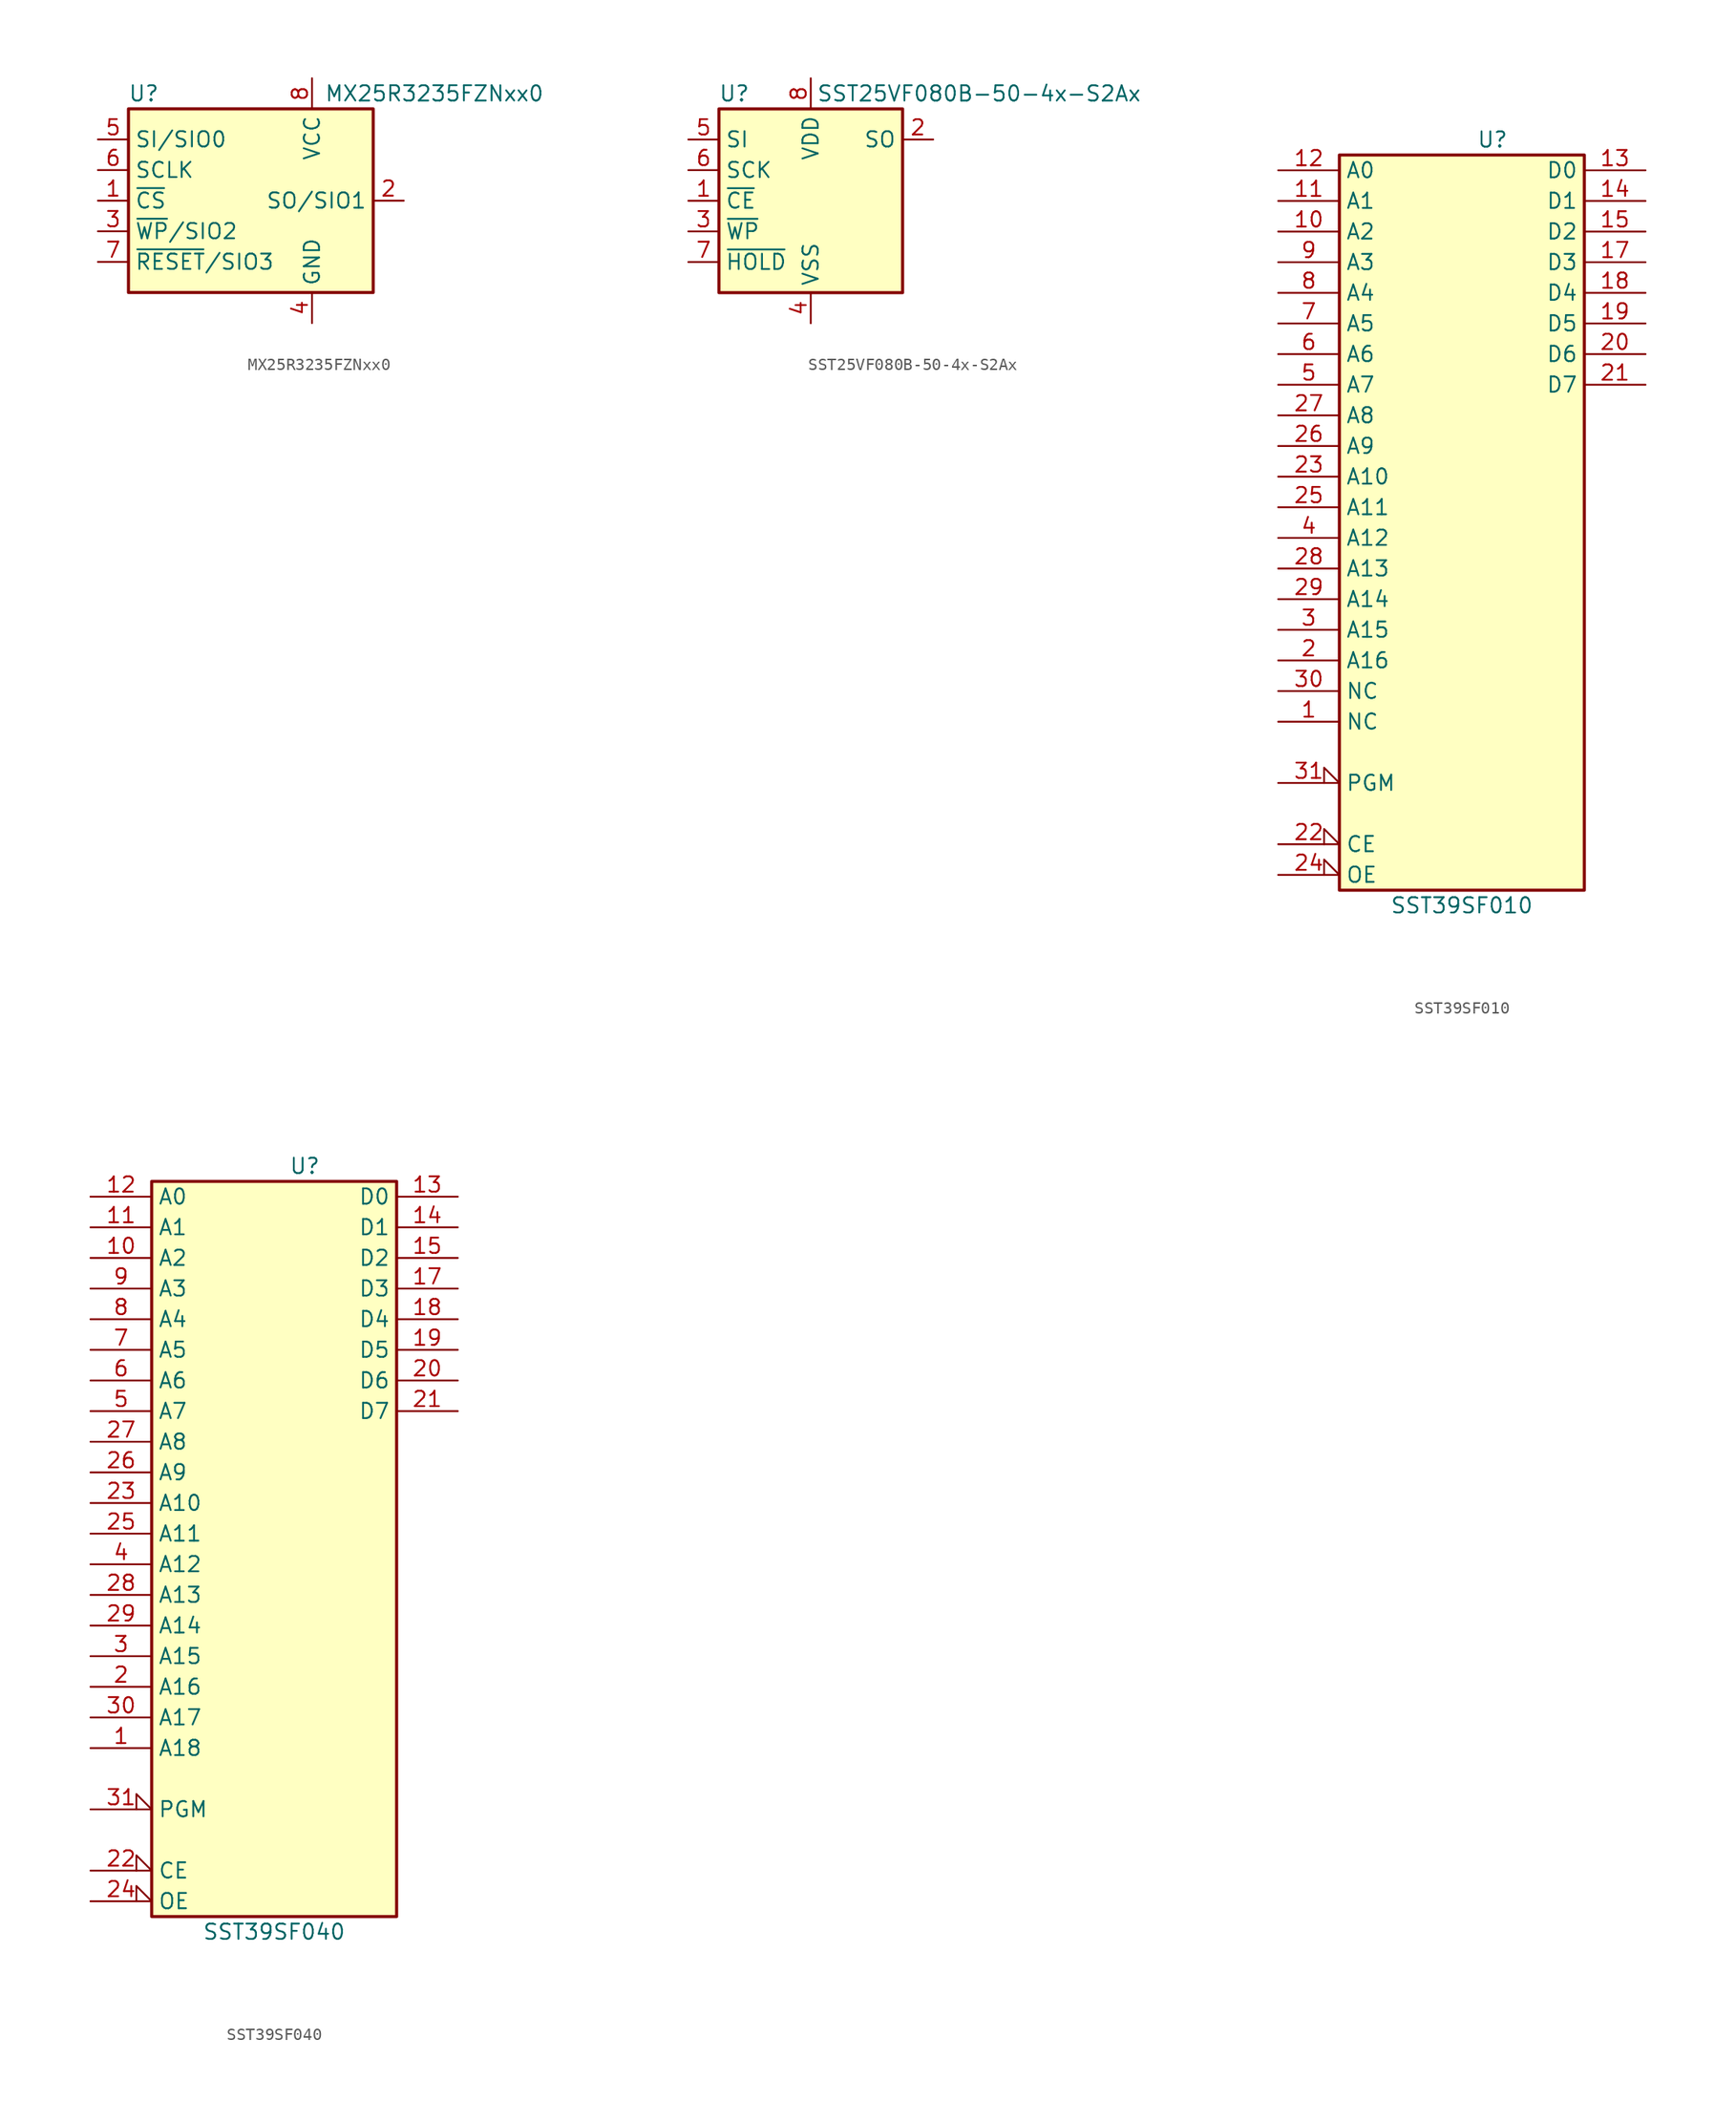
<source format=kicad_sym>
(kicad_symbol_lib
  (version 20220914)
  (generator kicad_symbol_editor)
  (symbol "MX25R3235FZNxx0"
    (property "Reference" "U"
      (at -8.89 8.89 0)
      (effects (font (size 1.27 1.27))))
    (property "Value" "MX25R3235FZNxx0"
      (at 15.24 8.89 0)
      (effects (font (size 1.27 1.27))))
    (symbol "MX25R3235FZNxx0_1_1"
      (rectangle (start -10.16 7.62) (end 10.16 -7.62) (stroke (width 0.254) (type default)) (fill (type background)))
      (pin input line (at -12.7 0 0) (length 2.54) (name "~{CS}" (effects (font (size 1.27 1.27)))) (number "1" (effects (font (size 1.27 1.27)))))
      (pin bidirectional line (at 12.7 0 180) (length 2.54) (name "SO/SIO1" (effects (font (size 1.27 1.27)))) (number "2" (effects (font (size 1.27 1.27)))))
      (pin bidirectional line (at -12.7 -2.54 0) (length 2.54) (name "~{WP}/SIO2" (effects (font (size 1.27 1.27)))) (number "3" (effects (font (size 1.27 1.27)))))
      (pin power_in line (at 5.08 -10.16 90) (length 2.54) (name "GND" (effects (font (size 1.27 1.27)))) (number "4" (effects (font (size 1.27 1.27)))))
      (pin bidirectional line (at -12.7 5.08 0) (length 2.54) (name "SI/SIO0" (effects (font (size 1.27 1.27)))) (number "5" (effects (font (size 1.27 1.27)))))
      (pin input line (at -12.7 2.54 0) (length 2.54) (name "SCLK" (effects (font (size 1.27 1.27)))) (number "6" (effects (font (size 1.27 1.27)))))
      (pin bidirectional line (at -12.7 -5.08 0) (length 2.54) (name "~{RESET}/SIO3" (effects (font (size 1.27 1.27)))) (number "7" (effects (font (size 1.27 1.27)))))
      (pin power_in line (at 5.08 10.16 270) (length 2.54) (name "VCC" (effects (font (size 1.27 1.27)))) (number "8" (effects (font (size 1.27 1.27)))))
      (pin passive line (at 5.08 -10.16 90) (length 2.54) hide (name "GND" (effects (font (size 1.27 1.27)))) (number "9" (effects (font (size 1.27 1.27)))))))
  (symbol "SST25VF080B-50-4x-S2Ax"
    (property "Reference" "U"
      (at -6.35 8.89 0)
      (effects (font (size 1.27 1.27))))
    (property "Value" "SST25VF080B-50-4x-S2Ax"
      (at 13.97 8.89 0)
      (effects (font (size 1.27 1.27))))
    (symbol "SST25VF080B-50-4x-S2Ax_1_1"
      (rectangle (start -7.62 7.62) (end 7.62 -7.62) (stroke (width 0.254) (type default)) (fill (type background)))
      (pin input line (at -10.16 0 0) (length 2.54) (name "~{CE}" (effects (font (size 1.27 1.27)))) (number "1" (effects (font (size 1.27 1.27)))))
      (pin output line (at 10.16 5.08 180) (length 2.54) (name "SO" (effects (font (size 1.27 1.27)))) (number "2" (effects (font (size 1.27 1.27)))))
      (pin input line (at -10.16 -2.54 0) (length 2.54) (name "~{WP}" (effects (font (size 1.27 1.27)))) (number "3" (effects (font (size 1.27 1.27)))))
      (pin power_in line (at 0 -10.16 90) (length 2.54) (name "VSS" (effects (font (size 1.27 1.27)))) (number "4" (effects (font (size 1.27 1.27)))))
      (pin input line (at -10.16 5.08 0) (length 2.54) (name "SI" (effects (font (size 1.27 1.27)))) (number "5" (effects (font (size 1.27 1.27)))))
      (pin input line (at -10.16 2.54 0) (length 2.54) (name "SCK" (effects (font (size 1.27 1.27)))) (number "6" (effects (font (size 1.27 1.27)))))
      (pin input line (at -10.16 -5.08 0) (length 2.54) (name "~{HOLD}" (effects (font (size 1.27 1.27)))) (number "7" (effects (font (size 1.27 1.27)))))
      (pin power_in line (at 0 10.16 270) (length 2.54) (name "VDD" (effects (font (size 1.27 1.27)))) (number "8" (effects (font (size 1.27 1.27)))))))
  (symbol "SST39SF010"
    (property "Reference" "U"
      (at 2.54 33.02 0)
      (effects (font (size 1.27 1.27))))
    (property "Value" "SST39SF010"
      (at 0 -30.48 0)
      (effects (font (size 1.27 1.27))))
    (symbol "SST39SF010_0_0"
      (pin power_in line (at 0 -30.48 90) (length 1.27) hide (name "GND" (effects (font (size 1.27 1.27)))) (number "16" (effects (font (size 1.27 1.27)))))
      (pin power_in line (at 0 33.02 270) (length 1.27) hide (name "VCC" (effects (font (size 1.27 1.27)))) (number "32" (effects (font (size 1.27 1.27))))))
    (symbol "SST39SF010_0_1"
      (rectangle (start -10.16 31.75) (end 10.16 -29.21) (stroke (width 0.254) (type default)) (fill (type background))))
    (symbol "SST39SF010_1_1"
      (pin input line (at -15.24 -15.24 0) (length 5.08) (name "NC" (effects (font (size 1.27 1.27)))) (number "1" (effects (font (size 1.27 1.27)))))
      (pin input line (at -15.24 25.4 0) (length 5.08) (name "A2" (effects (font (size 1.27 1.27)))) (number "10" (effects (font (size 1.27 1.27)))))
      (pin input line (at -15.24 27.94 0) (length 5.08) (name "A1" (effects (font (size 1.27 1.27)))) (number "11" (effects (font (size 1.27 1.27)))))
      (pin input line (at -15.24 30.48 0) (length 5.08) (name "A0" (effects (font (size 1.27 1.27)))) (number "12" (effects (font (size 1.27 1.27)))))
      (pin tri_state line (at 15.24 30.48 180) (length 5.08) (name "D0" (effects (font (size 1.27 1.27)))) (number "13" (effects (font (size 1.27 1.27)))))
      (pin tri_state line (at 15.24 27.94 180) (length 5.08) (name "D1" (effects (font (size 1.27 1.27)))) (number "14" (effects (font (size 1.27 1.27)))))
      (pin tri_state line (at 15.24 25.4 180) (length 5.08) (name "D2" (effects (font (size 1.27 1.27)))) (number "15" (effects (font (size 1.27 1.27)))))
      (pin tri_state line (at 15.24 22.86 180) (length 5.08) (name "D3" (effects (font (size 1.27 1.27)))) (number "17" (effects (font (size 1.27 1.27)))))
      (pin tri_state line (at 15.24 20.32 180) (length 5.08) (name "D4" (effects (font (size 1.27 1.27)))) (number "18" (effects (font (size 1.27 1.27)))))
      (pin tri_state line (at 15.24 17.78 180) (length 5.08) (name "D5" (effects (font (size 1.27 1.27)))) (number "19" (effects (font (size 1.27 1.27)))))
      (pin input line (at -15.24 -10.16 0) (length 5.08) (name "A16" (effects (font (size 1.27 1.27)))) (number "2" (effects (font (size 1.27 1.27)))))
      (pin tri_state line (at 15.24 15.24 180) (length 5.08) (name "D6" (effects (font (size 1.27 1.27)))) (number "20" (effects (font (size 1.27 1.27)))))
      (pin tri_state line (at 15.24 12.7 180) (length 5.08) (name "D7" (effects (font (size 1.27 1.27)))) (number "21" (effects (font (size 1.27 1.27)))))
      (pin input input_low (at -15.24 -25.4 0) (length 5.08) (name "CE" (effects (font (size 1.27 1.27)))) (number "22" (effects (font (size 1.27 1.27)))))
      (pin input line (at -15.24 5.08 0) (length 5.08) (name "A10" (effects (font (size 1.27 1.27)))) (number "23" (effects (font (size 1.27 1.27)))))
      (pin input input_low (at -15.24 -27.94 0) (length 5.08) (name "OE" (effects (font (size 1.27 1.27)))) (number "24" (effects (font (size 1.27 1.27)))))
      (pin input line (at -15.24 2.54 0) (length 5.08) (name "A11" (effects (font (size 1.27 1.27)))) (number "25" (effects (font (size 1.27 1.27)))))
      (pin input line (at -15.24 7.62 0) (length 5.08) (name "A9" (effects (font (size 1.27 1.27)))) (number "26" (effects (font (size 1.27 1.27)))))
      (pin input line (at -15.24 10.16 0) (length 5.08) (name "A8" (effects (font (size 1.27 1.27)))) (number "27" (effects (font (size 1.27 1.27)))))
      (pin input line (at -15.24 -2.54 0) (length 5.08) (name "A13" (effects (font (size 1.27 1.27)))) (number "28" (effects (font (size 1.27 1.27)))))
      (pin input line (at -15.24 -5.08 0) (length 5.08) (name "A14" (effects (font (size 1.27 1.27)))) (number "29" (effects (font (size 1.27 1.27)))))
      (pin input line (at -15.24 -7.62 0) (length 5.08) (name "A15" (effects (font (size 1.27 1.27)))) (number "3" (effects (font (size 1.27 1.27)))))
      (pin input line (at -15.24 -12.7 0) (length 5.08) (name "NC" (effects (font (size 1.27 1.27)))) (number "30" (effects (font (size 1.27 1.27)))))
      (pin input input_low (at -15.24 -20.32 0) (length 5.08) (name "PGM" (effects (font (size 1.27 1.27)))) (number "31" (effects (font (size 1.27 1.27)))))
      (pin input line (at -15.24 0 0) (length 5.08) (name "A12" (effects (font (size 1.27 1.27)))) (number "4" (effects (font (size 1.27 1.27)))))
      (pin input line (at -15.24 12.7 0) (length 5.08) (name "A7" (effects (font (size 1.27 1.27)))) (number "5" (effects (font (size 1.27 1.27)))))
      (pin input line (at -15.24 15.24 0) (length 5.08) (name "A6" (effects (font (size 1.27 1.27)))) (number "6" (effects (font (size 1.27 1.27)))))
      (pin input line (at -15.24 17.78 0) (length 5.08) (name "A5" (effects (font (size 1.27 1.27)))) (number "7" (effects (font (size 1.27 1.27)))))
      (pin input line (at -15.24 20.32 0) (length 5.08) (name "A4" (effects (font (size 1.27 1.27)))) (number "8" (effects (font (size 1.27 1.27)))))
      (pin input line (at -15.24 22.86 0) (length 5.08) (name "A3" (effects (font (size 1.27 1.27)))) (number "9" (effects (font (size 1.27 1.27)))))))
  (symbol "SST39SF040"
    (property "Reference" "U"
      (at 2.54 33.02 0)
      (effects (font (size 1.27 1.27))))
    (property "Value" "SST39SF040"
      (at 0 -30.48 0)
      (effects (font (size 1.27 1.27))))
    (symbol "SST39SF040_0_0"
      (pin power_in line (at 0 -30.48 90) (length 1.27) hide (name "GND" (effects (font (size 1.27 1.27)))) (number "16" (effects (font (size 1.27 1.27)))))
      (pin power_in line (at 0 33.02 270) (length 1.27) hide (name "VCC" (effects (font (size 1.27 1.27)))) (number "32" (effects (font (size 1.27 1.27))))))
    (symbol "SST39SF040_0_1"
      (rectangle (start -10.16 31.75) (end 10.16 -29.21) (stroke (width 0.254) (type default)) (fill (type background))))
    (symbol "SST39SF040_1_1"
      (pin input line (at -15.24 -15.24 0) (length 5.08) (name "A18" (effects (font (size 1.27 1.27)))) (number "1" (effects (font (size 1.27 1.27)))))
      (pin input line (at -15.24 25.4 0) (length 5.08) (name "A2" (effects (font (size 1.27 1.27)))) (number "10" (effects (font (size 1.27 1.27)))))
      (pin input line (at -15.24 27.94 0) (length 5.08) (name "A1" (effects (font (size 1.27 1.27)))) (number "11" (effects (font (size 1.27 1.27)))))
      (pin input line (at -15.24 30.48 0) (length 5.08) (name "A0" (effects (font (size 1.27 1.27)))) (number "12" (effects (font (size 1.27 1.27)))))
      (pin tri_state line (at 15.24 30.48 180) (length 5.08) (name "D0" (effects (font (size 1.27 1.27)))) (number "13" (effects (font (size 1.27 1.27)))))
      (pin tri_state line (at 15.24 27.94 180) (length 5.08) (name "D1" (effects (font (size 1.27 1.27)))) (number "14" (effects (font (size 1.27 1.27)))))
      (pin tri_state line (at 15.24 25.4 180) (length 5.08) (name "D2" (effects (font (size 1.27 1.27)))) (number "15" (effects (font (size 1.27 1.27)))))
      (pin tri_state line (at 15.24 22.86 180) (length 5.08) (name "D3" (effects (font (size 1.27 1.27)))) (number "17" (effects (font (size 1.27 1.27)))))
      (pin tri_state line (at 15.24 20.32 180) (length 5.08) (name "D4" (effects (font (size 1.27 1.27)))) (number "18" (effects (font (size 1.27 1.27)))))
      (pin tri_state line (at 15.24 17.78 180) (length 5.08) (name "D5" (effects (font (size 1.27 1.27)))) (number "19" (effects (font (size 1.27 1.27)))))
      (pin input line (at -15.24 -10.16 0) (length 5.08) (name "A16" (effects (font (size 1.27 1.27)))) (number "2" (effects (font (size 1.27 1.27)))))
      (pin tri_state line (at 15.24 15.24 180) (length 5.08) (name "D6" (effects (font (size 1.27 1.27)))) (number "20" (effects (font (size 1.27 1.27)))))
      (pin tri_state line (at 15.24 12.7 180) (length 5.08) (name "D7" (effects (font (size 1.27 1.27)))) (number "21" (effects (font (size 1.27 1.27)))))
      (pin input input_low (at -15.24 -25.4 0) (length 5.08) (name "CE" (effects (font (size 1.27 1.27)))) (number "22" (effects (font (size 1.27 1.27)))))
      (pin input line (at -15.24 5.08 0) (length 5.08) (name "A10" (effects (font (size 1.27 1.27)))) (number "23" (effects (font (size 1.27 1.27)))))
      (pin input input_low (at -15.24 -27.94 0) (length 5.08) (name "OE" (effects (font (size 1.27 1.27)))) (number "24" (effects (font (size 1.27 1.27)))))
      (pin input line (at -15.24 2.54 0) (length 5.08) (name "A11" (effects (font (size 1.27 1.27)))) (number "25" (effects (font (size 1.27 1.27)))))
      (pin input line (at -15.24 7.62 0) (length 5.08) (name "A9" (effects (font (size 1.27 1.27)))) (number "26" (effects (font (size 1.27 1.27)))))
      (pin input line (at -15.24 10.16 0) (length 5.08) (name "A8" (effects (font (size 1.27 1.27)))) (number "27" (effects (font (size 1.27 1.27)))))
      (pin input line (at -15.24 -2.54 0) (length 5.08) (name "A13" (effects (font (size 1.27 1.27)))) (number "28" (effects (font (size 1.27 1.27)))))
      (pin input line (at -15.24 -5.08 0) (length 5.08) (name "A14" (effects (font (size 1.27 1.27)))) (number "29" (effects (font (size 1.27 1.27)))))
      (pin input line (at -15.24 -7.62 0) (length 5.08) (name "A15" (effects (font (size 1.27 1.27)))) (number "3" (effects (font (size 1.27 1.27)))))
      (pin input line (at -15.24 -12.7 0) (length 5.08) (name "A17" (effects (font (size 1.27 1.27)))) (number "30" (effects (font (size 1.27 1.27)))))
      (pin input input_low (at -15.24 -20.32 0) (length 5.08) (name "PGM" (effects (font (size 1.27 1.27)))) (number "31" (effects (font (size 1.27 1.27)))))
      (pin input line (at -15.24 0 0) (length 5.08) (name "A12" (effects (font (size 1.27 1.27)))) (number "4" (effects (font (size 1.27 1.27)))))
      (pin input line (at -15.24 12.7 0) (length 5.08) (name "A7" (effects (font (size 1.27 1.27)))) (number "5" (effects (font (size 1.27 1.27)))))
      (pin input line (at -15.24 15.24 0) (length 5.08) (name "A6" (effects (font (size 1.27 1.27)))) (number "6" (effects (font (size 1.27 1.27)))))
      (pin input line (at -15.24 17.78 0) (length 5.08) (name "A5" (effects (font (size 1.27 1.27)))) (number "7" (effects (font (size 1.27 1.27)))))
      (pin input line (at -15.24 20.32 0) (length 5.08) (name "A4" (effects (font (size 1.27 1.27)))) (number "8" (effects (font (size 1.27 1.27)))))
      (pin input line (at -15.24 22.86 0) (length 5.08) (name "A3" (effects (font (size 1.27 1.27)))) (number "9" (effects (font (size 1.27 1.27))))))))
</source>
